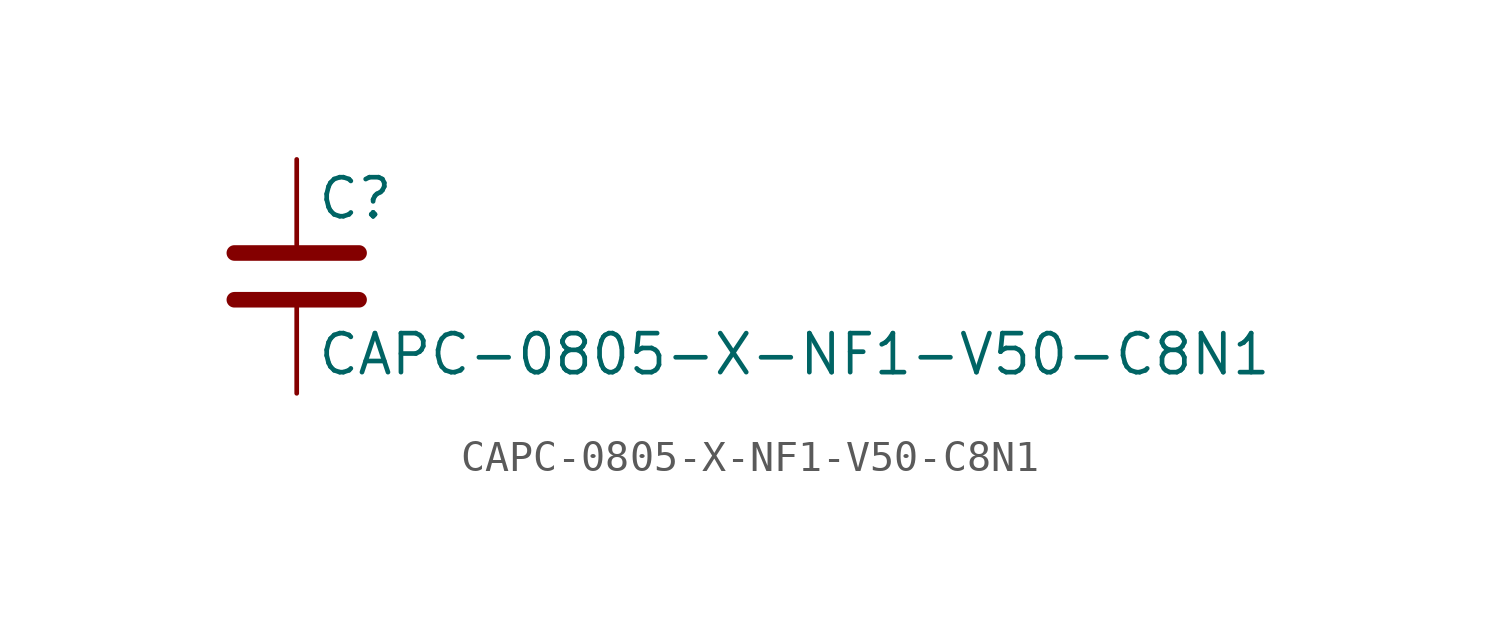
<source format=kicad_sym>
(kicad_symbol_lib
  (version 20211014)
  (generator kicad_symbol_editor)
  (symbol "CAPC-0805-X-NF1-V50-C8N1"
    (pin_numbers hide)
    (pin_names
      (offset 0.254))
    (property "Reference" "C"
      (at 0.635 2.54 0)
      (effects (font (size 1.27 1.27)) (justify left)))
    (property "Value" "CAPC-0805-X-NF1-V50-C8N1"
      (at 0.635 -2.54 0)
      (effects (font (size 1.27 1.27)) (justify left)))
    (symbol "CAPC-0805-X-NF1-V50-C8N1_0_1"
      (polyline (pts (xy -2.032 -0.762) (xy 2.032 -0.762)) (stroke (width 0.508) (type default) (color 0 0 0 0)) (fill (type none)))
      (polyline (pts (xy -2.032 0.762) (xy 2.032 0.762)) (stroke (width 0.508) (type default) (color 0 0 0 0)) (fill (type none))))
    (symbol "CAPC-0805-X-NF1-V50-C8N1_1_1"
      (pin passive line (at 0 3.81 270) (length 2.794) (name "~" (effects (font (size 1.27 1.27)))) (number "1" (effects (font (size 1.27 1.27)))))
      (pin passive line (at 0 -3.81 90) (length 2.794) (name "~" (effects (font (size 1.27 1.27)))) (number "2" (effects (font (size 1.27 1.27))))))))
</source>
